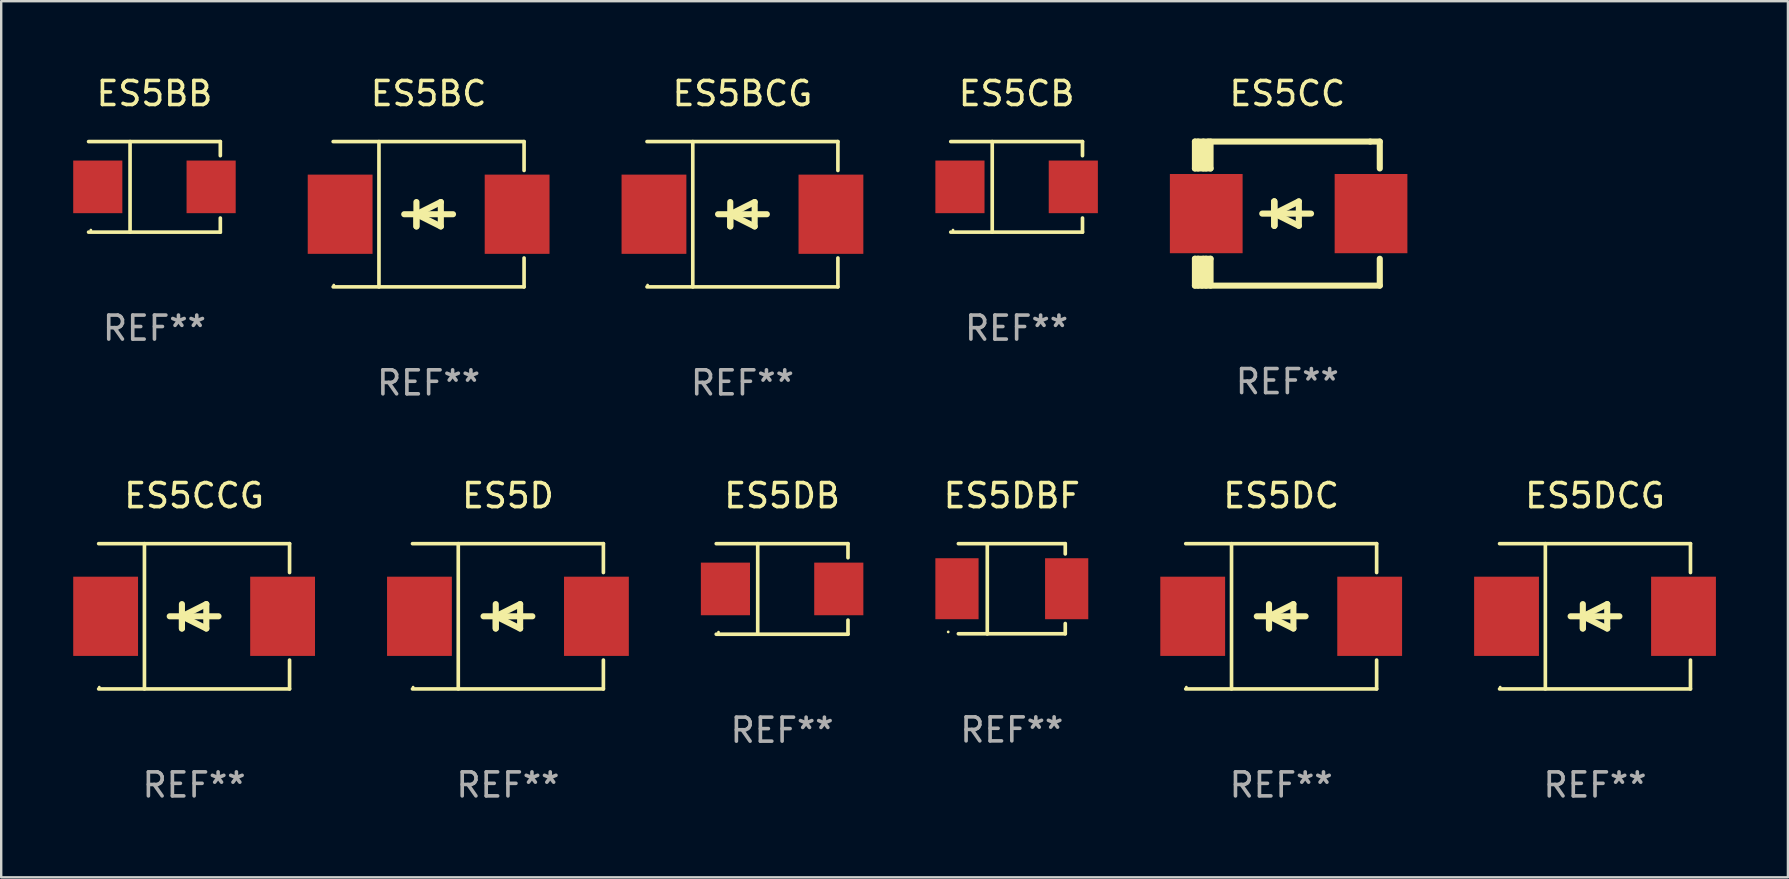
<source format=kicad_pcb>
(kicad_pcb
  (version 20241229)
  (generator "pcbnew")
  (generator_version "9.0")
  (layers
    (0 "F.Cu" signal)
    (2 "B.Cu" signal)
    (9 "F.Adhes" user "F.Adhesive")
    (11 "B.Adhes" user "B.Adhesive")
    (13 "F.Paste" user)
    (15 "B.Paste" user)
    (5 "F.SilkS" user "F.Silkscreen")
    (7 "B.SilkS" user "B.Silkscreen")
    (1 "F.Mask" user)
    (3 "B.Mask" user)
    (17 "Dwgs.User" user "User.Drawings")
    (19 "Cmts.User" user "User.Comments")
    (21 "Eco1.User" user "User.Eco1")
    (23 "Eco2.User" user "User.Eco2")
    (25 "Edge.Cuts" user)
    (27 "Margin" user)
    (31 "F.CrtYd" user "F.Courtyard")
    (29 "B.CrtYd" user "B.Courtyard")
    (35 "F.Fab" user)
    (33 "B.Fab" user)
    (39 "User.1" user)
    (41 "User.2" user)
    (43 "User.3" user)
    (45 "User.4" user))
  (footprint "ES5DB"
    (layer "F.Cu")
    (at 29.53 21.483)
    (property "Reference" "ES5DB" (at 0 -3.886 0) (layer "F.SilkS") (effects (font (size 1 1) (thickness 0.15))))
    (attr through_hole)
    (fp_line (start -2.744 -1.886) (end 2.744 -1.886) (stroke (width 0.152) (type solid)) (layer "F.SilkS"))
    (fp_line (start -2.744 1.886) (end 2.744 1.886) (stroke (width 0.152) (type solid)) (layer "F.SilkS"))
    (fp_line (start -1.016 -1.886) (end -1.016 1.886) (stroke (width 0.152) (type solid)) (layer "F.SilkS"))
    (fp_line (start 2.744 -1.886) (end 2.744 -1.299) (stroke (width 0.152) (type solid)) (layer "F.SilkS"))
    (fp_line (start 2.744 1.886) (end 2.744 1.299) (stroke (width 0.152) (type solid)) (layer "F.SilkS"))
    (fp_circle (center -2.65 1.8) (end -2.62 1.8) (stroke (width 0.06) (type solid)) (fill no) (layer "F.SilkS"))
    (fp_text user "REF**" (at 0 5.886 0) (layer "F.Fab") (effects (font (size 1 1) (thickness 0.15))))
    (pad "1" smd rect (at -2.361 0) (size 2.047 2.192) (layers "F.Cu" "F.Mask" "F.Paste"))
    (pad "2" smd rect (at 2.361 0) (size 2.047 2.192) (layers "F.Cu" "F.Mask" "F.Paste")))
  (footprint "ES5CC"
    (layer "F.Cu")
    (at 50.577 5.848)
    (property "Reference" "ES5CC" (at 0 -5 0) (layer "F.SilkS") (effects (font (size 1 1) (thickness 0.15))))
    (attr through_hole)
    (fp_line (start -3.85 -1.881) (end -3.85 -3) (stroke (width 0.254) (type solid)) (layer "F.SilkS"))
    (fp_line (start -3.85 1.881) (end -3.2 1.881) (stroke (width 0.254) (type solid)) (layer "F.SilkS"))
    (fp_line (start -3.85 3) (end -3.85 1.881) (stroke (width 0.254) (type solid)) (layer "F.SilkS"))
    (fp_line (start -3.719 -1.881) (end -3.719 -3) (stroke (width 0.254) (type solid)) (layer "F.SilkS"))
    (fp_line (start -3.719 3) (end -3.719 1.881) (stroke (width 0.254) (type solid)) (layer "F.SilkS"))
    (fp_line (start -3.5 -3) (end -3.5 -1.881) (stroke (width 0.254) (type solid)) (layer "F.SilkS"))
    (fp_line (start -3.5 1.881) (end -3.5 2.944) (stroke (width 0.254) (type solid)) (layer "F.SilkS"))
    (fp_line (start -3.5 2.944) (end -3.556 3) (stroke (width 0.254) (type solid)) (layer "F.SilkS"))
    (fp_line (start -3.388 -2.906) (end -3.295 -3) (stroke (width 0.254) (type solid)) (layer "F.SilkS"))
    (fp_line (start -3.388 -1.881) (end -3.388 -2.906) (stroke (width 0.254) (type solid)) (layer "F.SilkS"))
    (fp_line (start -3.388 3) (end -3.388 1.881) (stroke (width 0.254) (type solid)) (layer "F.SilkS"))
    (fp_line (start -3.2 -3) (end -3.2 -1.881) (stroke (width 0.254) (type solid)) (layer "F.SilkS"))
    (fp_line (start -3.2 -1.881) (end -3.85 -1.881) (stroke (width 0.254) (type solid)) (layer "F.SilkS"))
    (fp_line (start -3.2 1.881) (end -3.2 3) (stroke (width 0.254) (type solid)) (layer "F.SilkS"))
    (fp_line (start -0.55 -0.508) (end -0.55 0.508) (stroke (width 0.254) (type solid)) (layer "F.SilkS"))
    (fp_line (start -0.55 0) (end -0.55 -0.508) (stroke (width 0.254) (type solid)) (layer "F.SilkS"))
    (fp_line (start -0.538 0) (end -0.538 0.508) (stroke (width 0.254) (type solid)) (layer "F.SilkS"))
    (fp_line (start -0.538 0) (end 0.478 0.508) (stroke (width 0.254) (type solid)) (layer "F.SilkS"))
    (fp_line (start -0.538 0.508) (end -0.538 -0.508) (stroke (width 0.254) (type solid)) (layer "F.SilkS"))
    (fp_line (start 0.478 -0.508) (end -0.538 0) (stroke (width 0.254) (type solid)) (layer "F.SilkS"))
    (fp_line (start 0.478 0.508) (end 0.478 -0.508) (stroke (width 0.254) (type solid)) (layer "F.SilkS"))
    (fp_line (start 0.986 0) (end -1.046 0) (stroke (width 0.254) (type solid)) (layer "F.SilkS"))
    (fp_line (start 3.45 -3) (end -3.85 -3) (stroke (width 0.254) (type solid)) (layer "F.SilkS"))
    (fp_line (start 3.45 -3) (end 3.85 -3) (stroke (width 0.254) (type solid)) (layer "F.SilkS"))
    (fp_line (start 3.85 -3) (end 3.85 -1.881) (stroke (width 0.254) (type solid)) (layer "F.SilkS"))
    (fp_line (start 3.85 1.881) (end 3.85 3) (stroke (width 0.254) (type solid)) (layer "F.SilkS"))
    (fp_line (start 3.85 3) (end -3.85 3) (stroke (width 0.254) (type solid)) (layer "F.SilkS"))
    (fp_circle (center -3.847 2.95) (end -3.817 2.95) (stroke (width 0.06) (type solid)) (fill no) (layer "F.SilkS"))
    (fp_text user "REF**" (at 0 7 0) (layer "F.Fab") (effects (font (size 1 1) (thickness 0.15))))
    (pad "1" smd rect (at -3.379 0) (size 3.03 3.3) (layers "F.Cu" "F.Mask" "F.Paste"))
    (pad "2" smd rect (at 3.485 0) (size 3.03 3.3) (layers "F.Cu" "F.Mask" "F.Paste")))
  (footprint "ES5BB"
    (layer "F.Cu")
    (at 3.384 4.734)
    (property "Reference" "ES5BB" (at 0 -3.886 0) (layer "F.SilkS") (effects (font (size 1 1) (thickness 0.15))))
    (attr through_hole)
    (fp_line (start -2.744 -1.886) (end 2.744 -1.886) (stroke (width 0.152) (type solid)) (layer "F.SilkS"))
    (fp_line (start -2.744 1.886) (end 2.744 1.886) (stroke (width 0.152) (type solid)) (layer "F.SilkS"))
    (fp_line (start -1.016 -1.886) (end -1.016 1.886) (stroke (width 0.152) (type solid)) (layer "F.SilkS"))
    (fp_line (start 2.744 -1.886) (end 2.744 -1.299) (stroke (width 0.152) (type solid)) (layer "F.SilkS"))
    (fp_line (start 2.744 1.886) (end 2.744 1.299) (stroke (width 0.152) (type solid)) (layer "F.SilkS"))
    (fp_circle (center -2.65 1.8) (end -2.62 1.8) (stroke (width 0.06) (type solid)) (fill no) (layer "F.SilkS"))
    (fp_text user "REF**" (at 0 5.886 0) (layer "F.Fab") (effects (font (size 1 1) (thickness 0.15))))
    (pad "1" smd rect (at -2.361 0) (size 2.047 2.192) (layers "F.Cu" "F.Mask" "F.Paste"))
    (pad "2" smd rect (at 2.361 0) (size 2.047 2.192) (layers "F.Cu" "F.Mask" "F.Paste")))
  (footprint "ES5CB"
    (layer "F.Cu")
    (at 39.299 4.734)
    (property "Reference" "ES5CB" (at 0 -3.886 0) (layer "F.SilkS") (effects (font (size 1 1) (thickness 0.15))))
    (attr through_hole)
    (fp_line (start -2.744 -1.886) (end 2.744 -1.886) (stroke (width 0.152) (type solid)) (layer "F.SilkS"))
    (fp_line (start -2.744 1.886) (end 2.744 1.886) (stroke (width 0.152) (type solid)) (layer "F.SilkS"))
    (fp_line (start -1.016 -1.886) (end -1.016 1.886) (stroke (width 0.152) (type solid)) (layer "F.SilkS"))
    (fp_line (start 2.744 -1.886) (end 2.744 -1.299) (stroke (width 0.152) (type solid)) (layer "F.SilkS"))
    (fp_line (start 2.744 1.886) (end 2.744 1.299) (stroke (width 0.152) (type solid)) (layer "F.SilkS"))
    (fp_circle (center -2.65 1.8) (end -2.62 1.8) (stroke (width 0.06) (type solid)) (fill no) (layer "F.SilkS"))
    (fp_text user "REF**" (at 0 5.886 0) (layer "F.Fab") (effects (font (size 1 1) (thickness 0.15))))
    (pad "1" smd rect (at -2.361 0) (size 2.047 2.192) (layers "F.Cu" "F.Mask" "F.Paste"))
    (pad "2" smd rect (at 2.361 0) (size 2.047 2.192) (layers "F.Cu" "F.Mask" "F.Paste")))
  (footprint "ES5CCG"
    (layer "F.Cu")
    (at 5.036 22.623)
    (property "Reference" "ES5CCG" (at 0 -5.026 0) (layer "F.SilkS") (effects (font (size 1 1) (thickness 0.15))))
    (attr through_hole)
    (fp_line (start -3.976 -3.026) (end 3.976 -3.026) (stroke (width 0.152) (type solid)) (layer "F.SilkS"))
    (fp_line (start -3.976 3.026) (end 3.976 3.026) (stroke (width 0.152) (type solid)) (layer "F.SilkS"))
    (fp_line (start -2.069 -3.026) (end -2.069 3.026) (stroke (width 0.152) (type solid)) (layer "F.SilkS"))
    (fp_line (start -0.508 0) (end -0.508 0.508) (stroke (width 0.254) (type solid)) (layer "F.SilkS"))
    (fp_line (start -0.508 0) (end 0.508 0.508) (stroke (width 0.254) (type solid)) (layer "F.SilkS"))
    (fp_line (start -0.508 0.508) (end -0.508 -0.508) (stroke (width 0.254) (type solid)) (layer "F.SilkS"))
    (fp_line (start 0.508 -0.508) (end -0.508 0) (stroke (width 0.254) (type solid)) (layer "F.SilkS"))
    (fp_line (start 0.508 0.508) (end 0.508 -0.508) (stroke (width 0.254) (type solid)) (layer "F.SilkS"))
    (fp_line (start 1.016 0) (end -1.016 0) (stroke (width 0.254) (type solid)) (layer "F.SilkS"))
    (fp_line (start 3.976 -3.026) (end 3.976 -1.823) (stroke (width 0.152) (type solid)) (layer "F.SilkS"))
    (fp_line (start 3.976 3.026) (end 3.976 1.823) (stroke (width 0.152) (type solid)) (layer "F.SilkS"))
    (fp_circle (center -3.95 2.95) (end -3.92 2.95) (stroke (width 0.06) (type solid)) (fill no) (layer "F.SilkS"))
    (fp_text user "REF**" (at 0 7.026 0) (layer "F.Fab") (effects (font (size 1 1) (thickness 0.15))))
    (pad "1" smd rect (at -3.686 0) (size 2.7 3.3) (layers "F.Cu" "F.Mask" "F.Paste"))
    (pad "2" smd rect (at 3.686 0) (size 2.7 3.3) (layers "F.Cu" "F.Mask" "F.Paste")))
  (footprint "ES5BC"
    (layer "F.Cu")
    (at 14.805 5.874)
    (property "Reference" "ES5BC" (at 0 -5.026 0) (layer "F.SilkS") (effects (font (size 1 1) (thickness 0.15))))
    (attr through_hole)
    (fp_line (start -3.976 -3.026) (end 3.976 -3.026) (stroke (width 0.152) (type solid)) (layer "F.SilkS"))
    (fp_line (start -3.976 3.026) (end 3.976 3.026) (stroke (width 0.152) (type solid)) (layer "F.SilkS"))
    (fp_line (start -2.069 -3.026) (end -2.069 3.026) (stroke (width 0.152) (type solid)) (layer "F.SilkS"))
    (fp_line (start -0.508 0) (end -0.508 0.508) (stroke (width 0.254) (type solid)) (layer "F.SilkS"))
    (fp_line (start -0.508 0) (end 0.508 0.508) (stroke (width 0.254) (type solid)) (layer "F.SilkS"))
    (fp_line (start -0.508 0.508) (end -0.508 -0.508) (stroke (width 0.254) (type solid)) (layer "F.SilkS"))
    (fp_line (start 0.508 -0.508) (end -0.508 0) (stroke (width 0.254) (type solid)) (layer "F.SilkS"))
    (fp_line (start 0.508 0.508) (end 0.508 -0.508) (stroke (width 0.254) (type solid)) (layer "F.SilkS"))
    (fp_line (start 1.016 0) (end -1.016 0) (stroke (width 0.254) (type solid)) (layer "F.SilkS"))
    (fp_line (start 3.976 -3.026) (end 3.976 -1.823) (stroke (width 0.152) (type solid)) (layer "F.SilkS"))
    (fp_line (start 3.976 3.026) (end 3.976 1.823) (stroke (width 0.152) (type solid)) (layer "F.SilkS"))
    (fp_circle (center -3.95 2.95) (end -3.92 2.95) (stroke (width 0.06) (type solid)) (fill no) (layer "F.SilkS"))
    (fp_text user "REF**" (at 0 7.026 0) (layer "F.Fab") (effects (font (size 1 1) (thickness 0.15))))
    (pad "1" smd rect (at -3.686 0) (size 2.7 3.3) (layers "F.Cu" "F.Mask" "F.Paste"))
    (pad "2" smd rect (at 3.686 0) (size 2.7 3.3) (layers "F.Cu" "F.Mask" "F.Paste")))
  (footprint "ES5DC"
    (layer "F.Cu")
    (at 50.32 22.623)
    (property "Reference" "ES5DC" (at 0 -5.026 0) (layer "F.SilkS") (effects (font (size 1 1) (thickness 0.15))))
    (attr through_hole)
    (fp_line (start -3.976 -3.026) (end 3.976 -3.026) (stroke (width 0.152) (type solid)) (layer "F.SilkS"))
    (fp_line (start -3.976 3.026) (end 3.976 3.026) (stroke (width 0.152) (type solid)) (layer "F.SilkS"))
    (fp_line (start -2.069 -3.026) (end -2.069 3.026) (stroke (width 0.152) (type solid)) (layer "F.SilkS"))
    (fp_line (start -0.508 0) (end -0.508 0.508) (stroke (width 0.254) (type solid)) (layer "F.SilkS"))
    (fp_line (start -0.508 0) (end 0.508 0.508) (stroke (width 0.254) (type solid)) (layer "F.SilkS"))
    (fp_line (start -0.508 0.508) (end -0.508 -0.508) (stroke (width 0.254) (type solid)) (layer "F.SilkS"))
    (fp_line (start 0.508 -0.508) (end -0.508 0) (stroke (width 0.254) (type solid)) (layer "F.SilkS"))
    (fp_line (start 0.508 0.508) (end 0.508 -0.508) (stroke (width 0.254) (type solid)) (layer "F.SilkS"))
    (fp_line (start 1.016 0) (end -1.016 0) (stroke (width 0.254) (type solid)) (layer "F.SilkS"))
    (fp_line (start 3.976 -3.026) (end 3.976 -1.823) (stroke (width 0.152) (type solid)) (layer "F.SilkS"))
    (fp_line (start 3.976 3.026) (end 3.976 1.823) (stroke (width 0.152) (type solid)) (layer "F.SilkS"))
    (fp_circle (center -3.95 2.95) (end -3.92 2.95) (stroke (width 0.06) (type solid)) (fill no) (layer "F.SilkS"))
    (fp_text user "REF**" (at 0 7.026 0) (layer "F.Fab") (effects (font (size 1 1) (thickness 0.15))))
    (pad "1" smd rect (at -3.686 0) (size 2.7 3.3) (layers "F.Cu" "F.Mask" "F.Paste"))
    (pad "2" smd rect (at 3.686 0) (size 2.7 3.3) (layers "F.Cu" "F.Mask" "F.Paste")))
  (footprint "ES5DCG"
    (layer "F.Cu")
    (at 63.393 22.623)
    (property "Reference" "ES5DCG" (at 0 -5.026 0) (layer "F.SilkS") (effects (font (size 1 1) (thickness 0.15))))
    (attr through_hole)
    (fp_line (start -3.976 -3.026) (end 3.976 -3.026) (stroke (width 0.152) (type solid)) (layer "F.SilkS"))
    (fp_line (start -3.976 3.026) (end 3.976 3.026) (stroke (width 0.152) (type solid)) (layer "F.SilkS"))
    (fp_line (start -2.069 -3.026) (end -2.069 3.026) (stroke (width 0.152) (type solid)) (layer "F.SilkS"))
    (fp_line (start -0.508 0) (end -0.508 0.508) (stroke (width 0.254) (type solid)) (layer "F.SilkS"))
    (fp_line (start -0.508 0) (end 0.508 0.508) (stroke (width 0.254) (type solid)) (layer "F.SilkS"))
    (fp_line (start -0.508 0.508) (end -0.508 -0.508) (stroke (width 0.254) (type solid)) (layer "F.SilkS"))
    (fp_line (start 0.508 -0.508) (end -0.508 0) (stroke (width 0.254) (type solid)) (layer "F.SilkS"))
    (fp_line (start 0.508 0.508) (end 0.508 -0.508) (stroke (width 0.254) (type solid)) (layer "F.SilkS"))
    (fp_line (start 1.016 0) (end -1.016 0) (stroke (width 0.254) (type solid)) (layer "F.SilkS"))
    (fp_line (start 3.976 -3.026) (end 3.976 -1.823) (stroke (width 0.152) (type solid)) (layer "F.SilkS"))
    (fp_line (start 3.976 3.026) (end 3.976 1.823) (stroke (width 0.152) (type solid)) (layer "F.SilkS"))
    (fp_circle (center -3.95 2.95) (end -3.92 2.95) (stroke (width 0.06) (type solid)) (fill no) (layer "F.SilkS"))
    (fp_text user "REF**" (at 0 7.026 0) (layer "F.Fab") (effects (font (size 1 1) (thickness 0.15))))
    (pad "1" smd rect (at -3.686 0) (size 2.7 3.3) (layers "F.Cu" "F.Mask" "F.Paste"))
    (pad "2" smd rect (at 3.686 0) (size 2.7 3.3) (layers "F.Cu" "F.Mask" "F.Paste")))
  (footprint "ES5DBF"
    (layer "F.Cu")
    (at 39.099 21.477)
    (property "Reference" "ES5DBF" (at 0 -3.88 0) (layer "F.SilkS") (effects (font (size 1 1) (thickness 0.15))))
    (attr through_hole)
    (fp_line (start -2.226 -1.88) (end 2.226 -1.88) (stroke (width 0.152) (type solid)) (layer "F.SilkS"))
    (fp_line (start -2.226 1.873) (end 2.226 1.873) (stroke (width 0.152) (type solid)) (layer "F.SilkS"))
    (fp_line (start -1.022 -1.873) (end -1.022 1.88) (stroke (width 0.152) (type solid)) (layer "F.SilkS"))
    (fp_line (start 2.226 -1.88) (end 2.226 -1.453) (stroke (width 0.152) (type solid)) (layer "F.SilkS"))
    (fp_line (start 2.226 1.447) (end 2.226 1.873) (stroke (width 0.152) (type solid)) (layer "F.SilkS"))
    (fp_circle (center -2.65 1.797) (end -2.62 1.797) (stroke (width 0.06) (type solid)) (fill no) (layer "F.SilkS"))
    (fp_text user "REF**" (at 0 5.88 0) (layer "F.Fab") (effects (font (size 1 1) (thickness 0.15))))
    (pad "1" smd rect (at -2.285 -0.003) (size 1.8 2.54) (layers "F.Cu" "F.Mask" "F.Paste"))
    (pad "2" smd rect (at 2.285 -0.003) (size 1.8 2.54) (layers "F.Cu" "F.Mask" "F.Paste")))
  (footprint "ES5BCG"
    (layer "F.Cu")
    (at 27.878 5.874)
    (property "Reference" "ES5BCG" (at 0 -5.026 0) (layer "F.SilkS") (effects (font (size 1 1) (thickness 0.15))))
    (attr through_hole)
    (fp_line (start -3.976 -3.026) (end 3.976 -3.026) (stroke (width 0.152) (type solid)) (layer "F.SilkS"))
    (fp_line (start -3.976 3.026) (end 3.976 3.026) (stroke (width 0.152) (type solid)) (layer "F.SilkS"))
    (fp_line (start -2.069 -3.026) (end -2.069 3.026) (stroke (width 0.152) (type solid)) (layer "F.SilkS"))
    (fp_line (start -0.508 0) (end -0.508 0.508) (stroke (width 0.254) (type solid)) (layer "F.SilkS"))
    (fp_line (start -0.508 0) (end 0.508 0.508) (stroke (width 0.254) (type solid)) (layer "F.SilkS"))
    (fp_line (start -0.508 0.508) (end -0.508 -0.508) (stroke (width 0.254) (type solid)) (layer "F.SilkS"))
    (fp_line (start 0.508 -0.508) (end -0.508 0) (stroke (width 0.254) (type solid)) (layer "F.SilkS"))
    (fp_line (start 0.508 0.508) (end 0.508 -0.508) (stroke (width 0.254) (type solid)) (layer "F.SilkS"))
    (fp_line (start 1.016 0) (end -1.016 0) (stroke (width 0.254) (type solid)) (layer "F.SilkS"))
    (fp_line (start 3.976 -3.026) (end 3.976 -1.823) (stroke (width 0.152) (type solid)) (layer "F.SilkS"))
    (fp_line (start 3.976 3.026) (end 3.976 1.823) (stroke (width 0.152) (type solid)) (layer "F.SilkS"))
    (fp_circle (center -3.95 2.95) (end -3.92 2.95) (stroke (width 0.06) (type solid)) (fill no) (layer "F.SilkS"))
    (fp_text user "REF**" (at 0 7.026 0) (layer "F.Fab") (effects (font (size 1 1) (thickness 0.15))))
    (pad "1" smd rect (at -3.686 0) (size 2.7 3.3) (layers "F.Cu" "F.Mask" "F.Paste"))
    (pad "2" smd rect (at 3.686 0) (size 2.7 3.3) (layers "F.Cu" "F.Mask" "F.Paste")))
  (footprint "ES5D"
    (layer "F.Cu")
    (at 18.109 22.623)
    (property "Reference" "ES5D" (at 0 -5.026 0) (layer "F.SilkS") (effects (font (size 1 1) (thickness 0.15))))
    (attr through_hole)
    (fp_line (start -3.976 -3.026) (end 3.976 -3.026) (stroke (width 0.152) (type solid)) (layer "F.SilkS"))
    (fp_line (start -3.976 3.026) (end 3.976 3.026) (stroke (width 0.152) (type solid)) (layer "F.SilkS"))
    (fp_line (start -2.069 -3.026) (end -2.069 3.026) (stroke (width 0.152) (type solid)) (layer "F.SilkS"))
    (fp_line (start -0.508 0) (end -0.508 0.508) (stroke (width 0.254) (type solid)) (layer "F.SilkS"))
    (fp_line (start -0.508 0) (end 0.508 0.508) (stroke (width 0.254) (type solid)) (layer "F.SilkS"))
    (fp_line (start -0.508 0.508) (end -0.508 -0.508) (stroke (width 0.254) (type solid)) (layer "F.SilkS"))
    (fp_line (start 0.508 -0.508) (end -0.508 0) (stroke (width 0.254) (type solid)) (layer "F.SilkS"))
    (fp_line (start 0.508 0.508) (end 0.508 -0.508) (stroke (width 0.254) (type solid)) (layer "F.SilkS"))
    (fp_line (start 1.016 0) (end -1.016 0) (stroke (width 0.254) (type solid)) (layer "F.SilkS"))
    (fp_line (start 3.976 -3.026) (end 3.976 -1.823) (stroke (width 0.152) (type solid)) (layer "F.SilkS"))
    (fp_line (start 3.976 3.026) (end 3.976 1.823) (stroke (width 0.152) (type solid)) (layer "F.SilkS"))
    (fp_circle (center -3.95 2.95) (end -3.92 2.95) (stroke (width 0.06) (type solid)) (fill no) (layer "F.SilkS"))
    (fp_text user "REF**" (at 0 7.026 0) (layer "F.Fab") (effects (font (size 1 1) (thickness 0.15))))
    (pad "1" smd rect (at -3.686 0) (size 2.7 3.3) (layers "F.Cu" "F.Mask" "F.Paste"))
    (pad "2" smd rect (at 3.686 0) (size 2.7 3.3) (layers "F.Cu" "F.Mask" "F.Paste")))
  (gr_rect
    (start -3 -3)
    (end 71.429 33.498)
    (stroke (width 0.1) (type default))
    (fill no)
    (layer "Edge.Cuts")))
</source>
